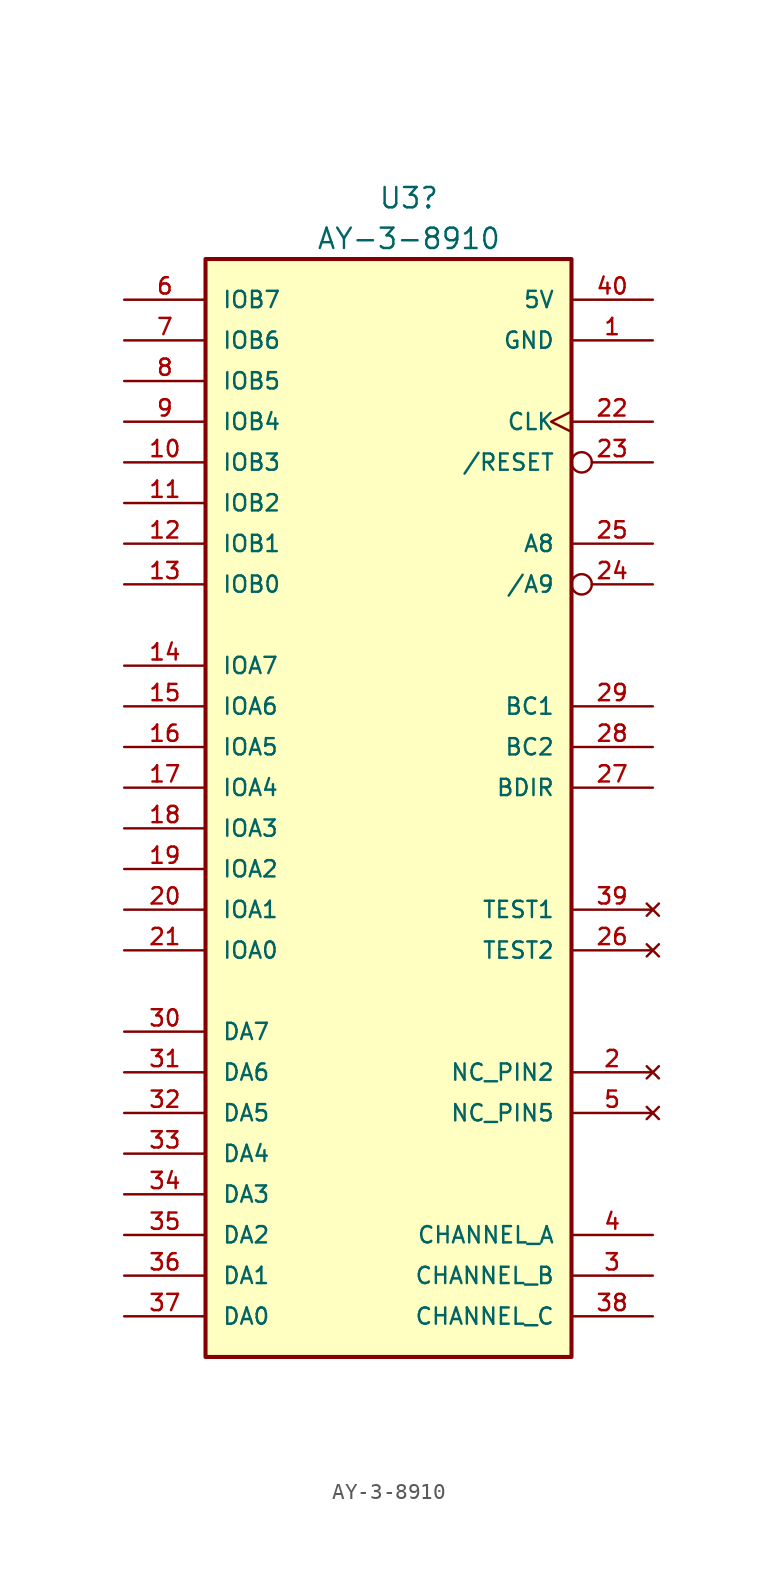
<source format=kicad_sym>
(kicad_symbol_lib
  (version 20211014)
  (generator kicad_symbol_editor)
  (symbol "AY-3-8910"
    (pin_names
      (offset 1.016))
    (property "Reference" "U3"
      (at -2.54 39.37 0)
      (effects (font (size 1.27 1.27))))
    (property "Value" "AY-3-8910"
      (at -2.54 36.83 0)
      (effects (font (size 1.27 1.27))))
    (symbol "AY-3-8910_0_0"
      (rectangle (start -15.24 35.56) (end 7.62 -33.02) (stroke (width 0.254) (type default) (color 0 0 0 0)) (fill (type background)))
      (pin power_in line (at 12.7 30.48 180) (length 5.08) (name "GND" (effects (font (size 1.016 1.016)))) (number "1" (effects (font (size 1.016 1.016)))))
      (pin bidirectional line (at -20.32 22.86 0) (length 5.08) (name "IOB3" (effects (font (size 1.016 1.016)))) (number "10" (effects (font (size 1.016 1.016)))))
      (pin bidirectional line (at -20.32 20.32 0) (length 5.08) (name "IOB2" (effects (font (size 1.016 1.016)))) (number "11" (effects (font (size 1.016 1.016)))))
      (pin bidirectional line (at -20.32 17.78 0) (length 5.08) (name "IOB1" (effects (font (size 1.016 1.016)))) (number "12" (effects (font (size 1.016 1.016)))))
      (pin bidirectional line (at -20.32 15.24 0) (length 5.08) (name "IOB0" (effects (font (size 1.016 1.016)))) (number "13" (effects (font (size 1.016 1.016)))))
      (pin bidirectional line (at -20.32 10.16 0) (length 5.08) (name "IOA7" (effects (font (size 1.016 1.016)))) (number "14" (effects (font (size 1.016 1.016)))))
      (pin bidirectional line (at -20.32 7.62 0) (length 5.08) (name "IOA6" (effects (font (size 1.016 1.016)))) (number "15" (effects (font (size 1.016 1.016)))))
      (pin bidirectional line (at -20.32 5.08 0) (length 5.08) (name "IOA5" (effects (font (size 1.016 1.016)))) (number "16" (effects (font (size 1.016 1.016)))))
      (pin bidirectional line (at -20.32 2.54 0) (length 5.08) (name "IOA4" (effects (font (size 1.016 1.016)))) (number "17" (effects (font (size 1.016 1.016)))))
      (pin bidirectional line (at -20.32 0 0) (length 5.08) (name "IOA3" (effects (font (size 1.016 1.016)))) (number "18" (effects (font (size 1.016 1.016)))))
      (pin bidirectional line (at -20.32 -2.54 0) (length 5.08) (name "IOA2" (effects (font (size 1.016 1.016)))) (number "19" (effects (font (size 1.016 1.016)))))
      (pin no_connect line (at 12.7 -15.24 180) (length 5.08) (name "NC_PIN2" (effects (font (size 1.016 1.016)))) (number "2" (effects (font (size 1.016 1.016)))))
      (pin bidirectional line (at -20.32 -5.08 0) (length 5.08) (name "IOA1" (effects (font (size 1.016 1.016)))) (number "20" (effects (font (size 1.016 1.016)))))
      (pin bidirectional line (at -20.32 -7.62 0) (length 5.08) (name "IOA0" (effects (font (size 1.016 1.016)))) (number "21" (effects (font (size 1.016 1.016)))))
      (pin input clock (at 12.7 25.4 180) (length 5.08) (name "CLK" (effects (font (size 1.016 1.016)))) (number "22" (effects (font (size 1.016 1.016)))))
      (pin input inverted (at 12.7 22.86 180) (length 5.08) (name "/RESET" (effects (font (size 1.016 1.016)))) (number "23" (effects (font (size 1.016 1.016)))))
      (pin bidirectional inverted (at 12.7 15.24 180) (length 5.08) (name "/A9" (effects (font (size 1.016 1.016)))) (number "24" (effects (font (size 1.016 1.016)))))
      (pin bidirectional line (at 12.7 17.78 180) (length 5.08) (name "A8" (effects (font (size 1.016 1.016)))) (number "25" (effects (font (size 1.016 1.016)))))
      (pin no_connect line (at 12.7 -7.62 180) (length 5.08) (name "TEST2" (effects (font (size 1.016 1.016)))) (number "26" (effects (font (size 1.016 1.016)))))
      (pin input line (at 12.7 2.54 180) (length 5.08) (name "BDIR" (effects (font (size 1.016 1.016)))) (number "27" (effects (font (size 1.016 1.016)))))
      (pin input line (at 12.7 5.08 180) (length 5.08) (name "BC2" (effects (font (size 1.016 1.016)))) (number "28" (effects (font (size 1.016 1.016)))))
      (pin input line (at 12.7 7.62 180) (length 5.08) (name "BC1" (effects (font (size 1.016 1.016)))) (number "29" (effects (font (size 1.016 1.016)))))
      (pin output line (at 12.7 -27.94 180) (length 5.08) (name "CHANNEL_B" (effects (font (size 1.016 1.016)))) (number "3" (effects (font (size 1.016 1.016)))))
      (pin bidirectional line (at -20.32 -12.7 0) (length 5.08) (name "DA7" (effects (font (size 1.016 1.016)))) (number "30" (effects (font (size 1.016 1.016)))))
      (pin bidirectional line (at -20.32 -15.24 0) (length 5.08) (name "DA6" (effects (font (size 1.016 1.016)))) (number "31" (effects (font (size 1.016 1.016)))))
      (pin bidirectional line (at -20.32 -17.78 0) (length 5.08) (name "DA5" (effects (font (size 1.016 1.016)))) (number "32" (effects (font (size 1.016 1.016)))))
      (pin bidirectional line (at -20.32 -20.32 0) (length 5.08) (name "DA4" (effects (font (size 1.016 1.016)))) (number "33" (effects (font (size 1.016 1.016)))))
      (pin bidirectional line (at -20.32 -22.86 0) (length 5.08) (name "DA3" (effects (font (size 1.016 1.016)))) (number "34" (effects (font (size 1.016 1.016)))))
      (pin bidirectional line (at -20.32 -25.4 0) (length 5.08) (name "DA2" (effects (font (size 1.016 1.016)))) (number "35" (effects (font (size 1.016 1.016)))))
      (pin bidirectional line (at -20.32 -27.94 0) (length 5.08) (name "DA1" (effects (font (size 1.016 1.016)))) (number "36" (effects (font (size 1.016 1.016)))))
      (pin bidirectional line (at -20.32 -30.48 0) (length 5.08) (name "DA0" (effects (font (size 1.016 1.016)))) (number "37" (effects (font (size 1.016 1.016)))))
      (pin output line (at 12.7 -30.48 180) (length 5.08) (name "CHANNEL_C" (effects (font (size 1.016 1.016)))) (number "38" (effects (font (size 1.016 1.016)))))
      (pin no_connect line (at 12.7 -5.08 180) (length 5.08) (name "TEST1" (effects (font (size 1.016 1.016)))) (number "39" (effects (font (size 1.016 1.016)))))
      (pin output line (at 12.7 -25.4 180) (length 5.08) (name "CHANNEL_A" (effects (font (size 1.016 1.016)))) (number "4" (effects (font (size 1.016 1.016)))))
      (pin power_in line (at 12.7 33.02 180) (length 5.08) (name "5V" (effects (font (size 1.016 1.016)))) (number "40" (effects (font (size 1.016 1.016)))))
      (pin no_connect line (at 12.7 -17.78 180) (length 5.08) (name "NC_PIN5" (effects (font (size 1.016 1.016)))) (number "5" (effects (font (size 1.016 1.016)))))
      (pin bidirectional line (at -20.32 33.02 0) (length 5.08) (name "IOB7" (effects (font (size 1.016 1.016)))) (number "6" (effects (font (size 1.016 1.016)))))
      (pin bidirectional line (at -20.32 30.48 0) (length 5.08) (name "IOB6" (effects (font (size 1.016 1.016)))) (number "7" (effects (font (size 1.016 1.016)))))
      (pin bidirectional line (at -20.32 27.94 0) (length 5.08) (name "IOB5" (effects (font (size 1.016 1.016)))) (number "8" (effects (font (size 1.016 1.016)))))
      (pin bidirectional line (at -20.32 25.4 0) (length 5.08) (name "IOB4" (effects (font (size 1.016 1.016)))) (number "9" (effects (font (size 1.016 1.016))))))))
</source>
